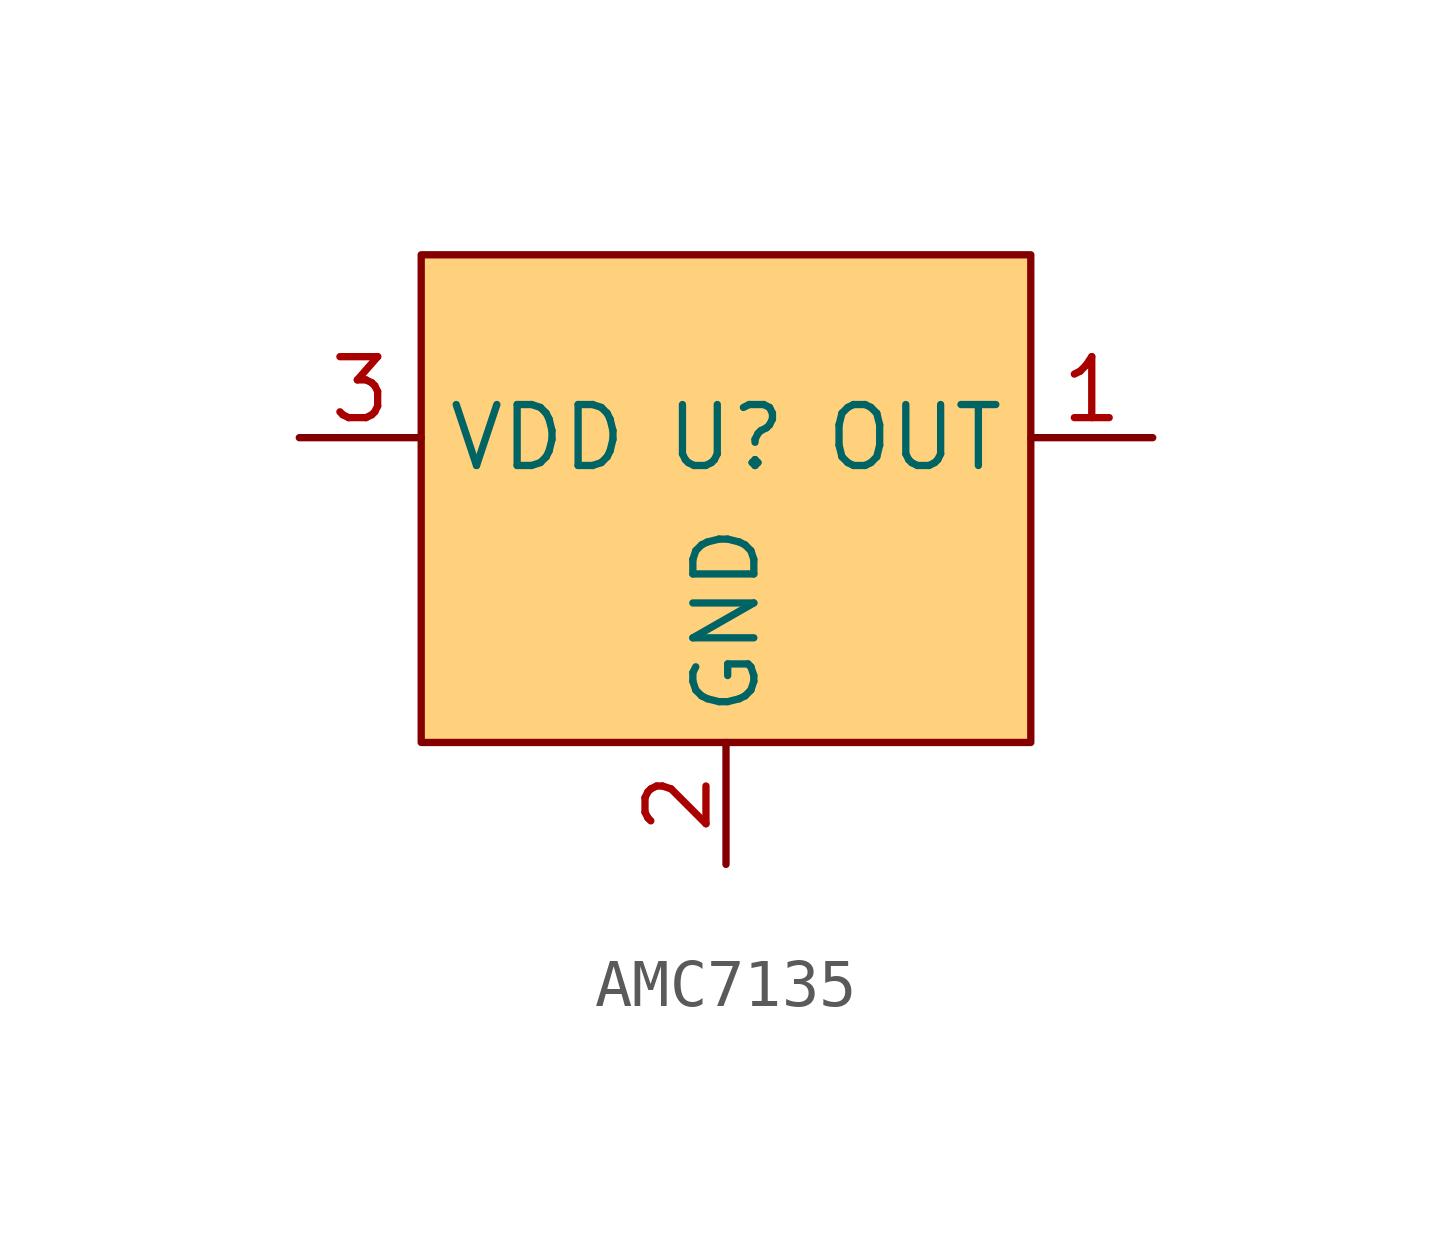
<source format=kicad_sym>
(kicad_symbol_lib
  (version 20241209)
  (generator "kicad_symbol_editor")
  (generator_version "9.0")
  (symbol "AMC7135"
    (property "Reference" "U"
      (at 0 0 0)
      (effects (font (size 1.27 1.27))))
    (property "Value" ""
      (at 0 0 0)
      (effects (font (size 1.27 1.27))))
    (symbol "AMC7135_1_1"
      (rectangle (start -6.35 3.81) (end 6.35 -6.35) (stroke (width 0) (type solid)) (fill (type color) (color 255 165 0 0.51)))
      (pin input line (at -8.89 0 0) (length 2.54) (name "VDD" (effects (font (size 1.27 1.27)))) (number "3" (effects (font (size 1.27 1.27)))))
      (pin input line (at 0 -8.89 90) (length 2.54) (name "GND" (effects (font (size 1.27 1.27)))) (number "2" (effects (font (size 1.27 1.27)))))
      (pin output line (at 8.89 0 180) (length 2.54) (name "OUT" (effects (font (size 1.27 1.27)))) (number "1" (effects (font (size 1.27 1.27))))))))
</source>
